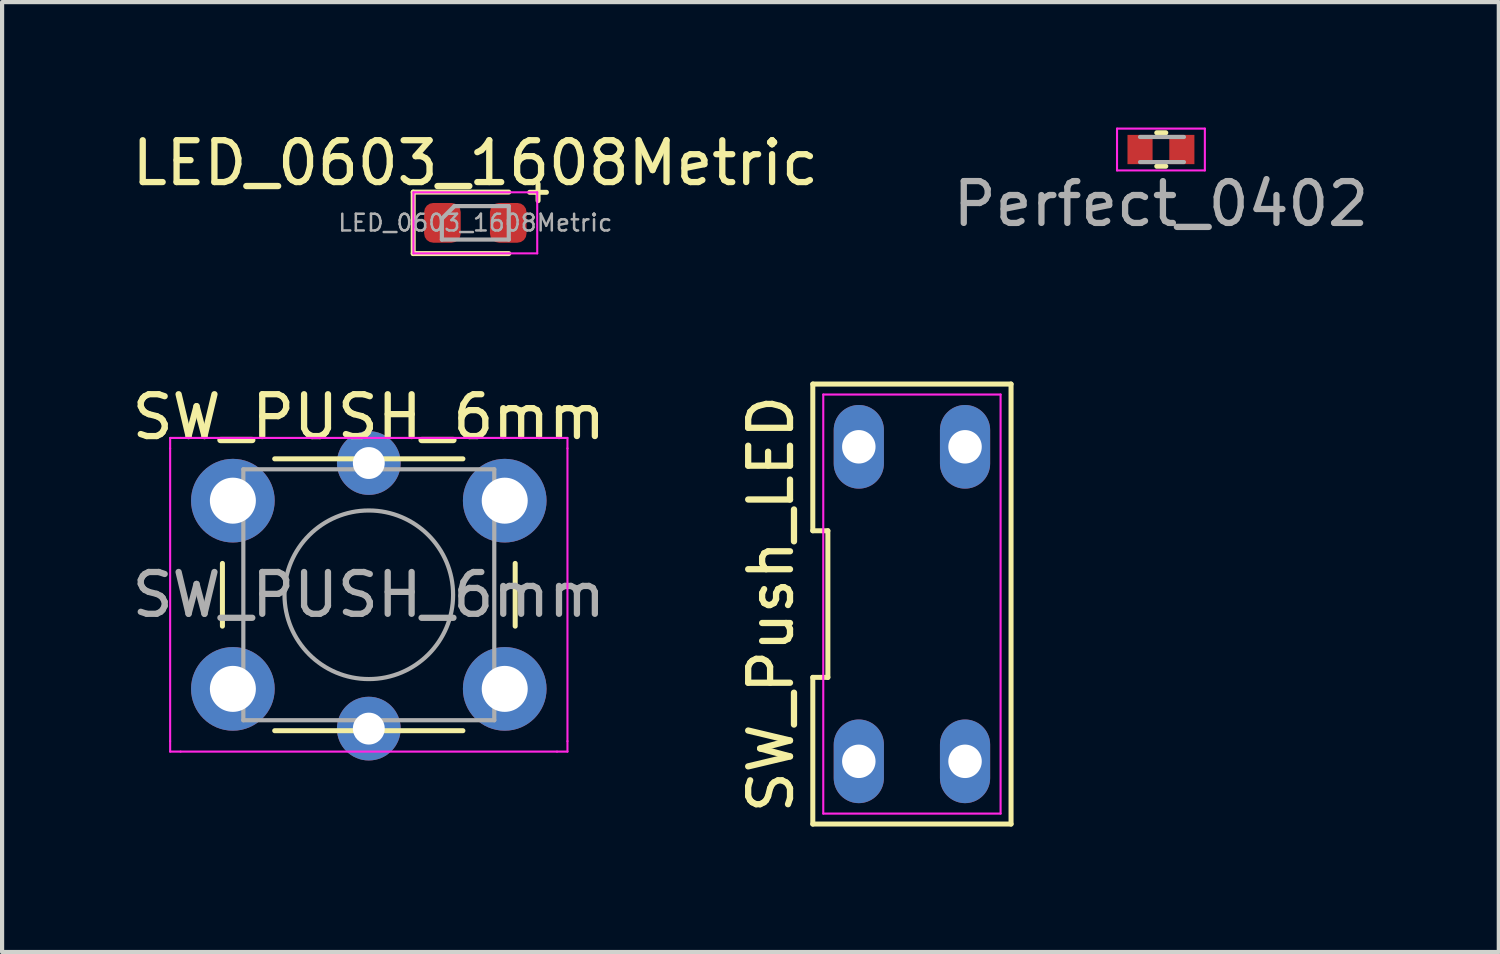
<source format=kicad_pcb>
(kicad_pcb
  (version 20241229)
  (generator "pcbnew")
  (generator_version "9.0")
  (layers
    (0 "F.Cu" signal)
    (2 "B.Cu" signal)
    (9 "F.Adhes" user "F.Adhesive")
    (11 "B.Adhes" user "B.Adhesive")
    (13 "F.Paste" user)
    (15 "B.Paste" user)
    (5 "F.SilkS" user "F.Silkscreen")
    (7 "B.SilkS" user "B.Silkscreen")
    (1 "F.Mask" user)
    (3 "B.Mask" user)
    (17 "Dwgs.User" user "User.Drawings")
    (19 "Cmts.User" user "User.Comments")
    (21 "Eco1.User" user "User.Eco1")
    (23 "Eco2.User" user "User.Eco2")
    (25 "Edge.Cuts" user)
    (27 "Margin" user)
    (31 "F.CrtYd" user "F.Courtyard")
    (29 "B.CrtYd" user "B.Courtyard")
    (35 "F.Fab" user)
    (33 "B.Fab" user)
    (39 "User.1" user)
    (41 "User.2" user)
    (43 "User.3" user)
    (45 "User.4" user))
  (footprint "SW_Push_LED"
    (layer "F.Cu")
    (at 18.754 11.393)
    (property "Reference" "SW_Push_LED" (at -3.37 0 90) (layer "F.SilkS") (effects (font (size 1 1) (thickness 0.15))))
    (attr through_hole)
    (fp_line (start -2.37 -1.753) (end -2.01 -1.753) (stroke (width 0.12) (type solid)) (layer "F.SilkS"))
    (fp_line (start -2.37 1.753) (end -2.37 5.26) (stroke (width 0.12) (type solid)) (layer "F.SilkS"))
    (fp_line (start -2.37 5.26) (end 2.37 5.26) (stroke (width 0.12) (type solid)) (layer "F.SilkS"))
    (fp_line (start -2.37 -5.26) (end -2.37 -1.753) (stroke (width 0.12) (type solid)) (layer "F.SilkS"))
    (fp_line (start -2.01 -1.753) (end -2.01 1.753) (stroke (width 0.12) (type solid)) (layer "F.SilkS"))
    (fp_line (start -2.01 1.753) (end -2.37 1.753) (stroke (width 0.12) (type solid)) (layer "F.SilkS"))
    (fp_line (start 2.37 5.26) (end 2.37 -5.26) (stroke (width 0.12) (type solid)) (layer "F.SilkS"))
    (fp_line (start 2.37 -5.26) (end -2.37 -5.26) (stroke (width 0.12) (type solid)) (layer "F.SilkS"))
    (fp_line (start -2.12 -5.01) (end 2.12 -5.01) (stroke (width 0.05) (type solid)) (layer "F.CrtYd"))
    (fp_line (start -2.12 5.01) (end -2.12 -5.01) (stroke (width 0.05) (type solid)) (layer "F.CrtYd"))
    (fp_line (start 2.12 -5.01) (end 2.12 5.01) (stroke (width 0.05) (type solid)) (layer "F.CrtYd"))
    (fp_line (start 2.12 5.01) (end -2.12 5.01) (stroke (width 0.05) (type solid)) (layer "F.CrtYd"))
    (pad "1" thru_hole oval (at -1.27 3.76) (size 1.2 2) (drill 0.8) (layers "*.Cu" "*.Mask"))
    (pad "2" thru_hole oval (at 1.27 3.76) (size 1.2 2) (drill 0.8) (layers "*.Cu" "*.Mask"))
    (pad "3" thru_hole oval (at 1.27 -3.76) (size 1.2 2) (drill 0.8) (layers "*.Cu" "*.Mask"))
    (pad "4" thru_hole oval (at -1.27 -3.76) (size 1.2 2) (drill 0.8) (layers "*.Cu" "*.Mask")))
  (footprint "LED_0603_1608Metric"
    (layer "F.Cu")
    (at 8.315 2.278)
    (property "Reference" "LED_0603_1608Metric" (at 0 -1.43 0) (layer "F.SilkS") (effects (font (size 1 1) (thickness 0.15))))
    (attr smd)
    (fp_line (start -1.485 -0.735) (end -1.485 0.735) (stroke (width 0.12) (type solid)) (layer "F.SilkS"))
    (fp_line (start -1.485 0.735) (end 0.8 0.735) (stroke (width 0.12) (type solid)) (layer "F.SilkS"))
    (fp_line (start 0.8 -0.735) (end -1.485 -0.735) (stroke (width 0.12) (type solid)) (layer "F.SilkS"))
    (fp_line (start 1.3 -0.73) (end 1.7 -0.73) (stroke (width 0.12) (type solid)) (layer "F.SilkS"))
    (fp_line (start 1.5 -0.93) (end 1.5 -0.53) (stroke (width 0.12) (type solid)) (layer "F.SilkS"))
    (fp_line (start -1.48 -0.73) (end 1.48 -0.73) (stroke (width 0.05) (type solid)) (layer "F.CrtYd"))
    (fp_line (start -1.48 0.73) (end -1.48 -0.73) (stroke (width 0.05) (type solid)) (layer "F.CrtYd"))
    (fp_line (start 1.48 -0.73) (end 1.48 0.73) (stroke (width 0.05) (type solid)) (layer "F.CrtYd"))
    (fp_line (start 1.48 0.73) (end -1.48 0.73) (stroke (width 0.05) (type solid)) (layer "F.CrtYd"))
    (fp_line (start -0.8 -0.1) (end -0.8 0.4) (stroke (width 0.1) (type solid)) (layer "F.Fab"))
    (fp_line (start -0.8 0.4) (end 0.8 0.4) (stroke (width 0.1) (type solid)) (layer "F.Fab"))
    (fp_line (start -0.5 -0.4) (end -0.8 -0.1) (stroke (width 0.1) (type solid)) (layer "F.Fab"))
    (fp_line (start 0.8 -0.4) (end -0.5 -0.4) (stroke (width 0.1) (type solid)) (layer "F.Fab"))
    (fp_line (start 0.8 0.4) (end 0.8 -0.4) (stroke (width 0.1) (type solid)) (layer "F.Fab"))
    (fp_text user "${REFERENCE}" (at 0 0 0) (layer "F.Fab") (effects (font (size 0.4 0.4) (thickness 0.06))))
    (pad "1" smd roundrect (at -0.787 0) (size 0.875 0.95) (layers "F.Cu" "F.Mask" "F.Paste") (roundrect_rratio 0.25))
    (pad "2" smd roundrect (at 0.787 0) (size 0.875 0.95) (layers "F.Cu" "F.Mask" "F.Paste") (roundrect_rratio 0.25)))
  (footprint "Perfect_0402"
    (layer "F.Cu")
    (at 24.708 0.525)
    (property "Reference" "Perfect_0402" (at 0 1.3 0) (layer "F.Fab") (effects (font (size 1 1) (thickness 0.15))))
    (attr smd)
    (fp_line (start -0.1 -0.4) (end 0.116 -0.4) (stroke (width 0.12) (type solid)) (layer "F.SilkS"))
    (fp_line (start -0.1 0.4) (end 0.116 0.4) (stroke (width 0.12) (type solid)) (layer "F.SilkS"))
    (fp_line (start -1.05 -0.5) (end -1.05 0.5) (stroke (width 0.05) (type solid)) (layer "F.CrtYd"))
    (fp_line (start -1.05 -0.5) (end 1.05 -0.5) (stroke (width 0.05) (type solid)) (layer "F.CrtYd"))
    (fp_line (start 1.05 -0.5) (end 1.05 0.5) (stroke (width 0.05) (type solid)) (layer "F.CrtYd"))
    (fp_line (start 1.05 0.5) (end -1.05 0.5) (stroke (width 0.05) (type solid)) (layer "F.CrtYd"))
    (fp_line (start -0.5 -0.3) (end 0.55 -0.3) (stroke (width 0.1) (type solid)) (layer "F.Fab"))
    (fp_line (start -0.5 0.3) (end 0.55 0.3) (stroke (width 0.1) (type solid)) (layer "F.Fab"))
    (pad "1" smd rect (at -0.5 0) (size 0.6 0.7) (layers "F.Cu" "F.Mask" "F.Paste"))
    (pad "2" smd rect (at 0.5 0) (size 0.6 0.7) (layers "F.Cu" "F.Mask" "F.Paste")))
  (footprint "SW_PUSH_6mm"
    (layer "F.Cu")
    (at 2.518 8.921)
    (property "Reference" "SW_PUSH_6mm" (at 3.25 -2 0) (layer "F.SilkS") (effects (font (size 1 1) (thickness 0.15))))
    (attr through_hole)
    (fp_line (start -0.25 1.5) (end -0.25 3) (stroke (width 0.12) (type solid)) (layer "F.SilkS"))
    (fp_line (start 1 5.5) (end 5.5 5.5) (stroke (width 0.12) (type solid)) (layer "F.SilkS"))
    (fp_line (start 5.5 -1) (end 1 -1) (stroke (width 0.12) (type solid)) (layer "F.SilkS"))
    (fp_line (start 6.75 3) (end 6.75 1.5) (stroke (width 0.12) (type solid)) (layer "F.SilkS"))
    (fp_line (start -1.5 -1.5) (end -1.25 -1.5) (stroke (width 0.05) (type solid)) (layer "F.CrtYd"))
    (fp_line (start -1.5 -1.25) (end -1.5 -1.5) (stroke (width 0.05) (type solid)) (layer "F.CrtYd"))
    (fp_line (start -1.5 5.75) (end -1.5 -1.25) (stroke (width 0.05) (type solid)) (layer "F.CrtYd"))
    (fp_line (start -1.5 5.75) (end -1.5 6) (stroke (width 0.05) (type solid)) (layer "F.CrtYd"))
    (fp_line (start -1.5 6) (end -1.25 6) (stroke (width 0.05) (type solid)) (layer "F.CrtYd"))
    (fp_line (start -1.25 -1.5) (end 7.75 -1.5) (stroke (width 0.05) (type solid)) (layer "F.CrtYd"))
    (fp_line (start 7.75 -1.5) (end 8 -1.5) (stroke (width 0.05) (type solid)) (layer "F.CrtYd"))
    (fp_line (start 7.75 6) (end -1.25 6) (stroke (width 0.05) (type solid)) (layer "F.CrtYd"))
    (fp_line (start 7.75 6) (end 8 6) (stroke (width 0.05) (type solid)) (layer "F.CrtYd"))
    (fp_line (start 8 -1.5) (end 8 -1.25) (stroke (width 0.05) (type solid)) (layer "F.CrtYd"))
    (fp_line (start 8 -1.25) (end 8 5.75) (stroke (width 0.05) (type solid)) (layer "F.CrtYd"))
    (fp_line (start 8 6) (end 8 5.75) (stroke (width 0.05) (type solid)) (layer "F.CrtYd"))
    (fp_line (start 0.25 -0.75) (end 3.25 -0.75) (stroke (width 0.1) (type solid)) (layer "F.Fab"))
    (fp_line (start 0.25 5.25) (end 0.25 -0.75) (stroke (width 0.1) (type solid)) (layer "F.Fab"))
    (fp_line (start 3.25 -0.75) (end 6.25 -0.75) (stroke (width 0.1) (type solid)) (layer "F.Fab"))
    (fp_line (start 6.25 -0.75) (end 6.25 5.25) (stroke (width 0.1) (type solid)) (layer "F.Fab"))
    (fp_line (start 6.25 5.25) (end 0.25 5.25) (stroke (width 0.1) (type solid)) (layer "F.Fab"))
    (fp_circle (center 3.25 2.25) (end 1.25 2.5) (stroke (width 0.1) (type solid)) (fill no) (layer "F.Fab"))
    (fp_text user "${REFERENCE}" (at 3.25 2.25 0) (layer "F.Fab") (effects (font (size 1 1) (thickness 0.15))))
    (pad "1" thru_hole circle (at 0 0 90) (size 2 2) (drill 1.1) (layers "*.Cu" "*.Mask"))
    (pad "1" thru_hole circle (at 6.5 0 90) (size 2 2) (drill 1.1) (layers "*.Cu" "*.Mask"))
    (pad "2" thru_hole circle (at 0 4.5 90) (size 2 2) (drill 1.1) (layers "*.Cu" "*.Mask"))
    (pad "2" thru_hole circle (at 6.5 4.5 90) (size 2 2) (drill 1.1) (layers "*.Cu" "*.Mask"))
    (pad "3" thru_hole circle (at 3.25 -0.9) (size 1.524 1.524) (drill 0.762) (layers "*.Cu" "*.Mask"))
    (pad "4" thru_hole circle (at 3.25 5.45) (size 1.524 1.524) (drill 0.762) (layers "*.Cu" "*.Mask")))
  (gr_rect
    (start -3 -3)
    (end 32.786 19.713)
    (stroke (width 0.1) (type default))
    (fill no)
    (layer "Edge.Cuts")))
</source>
